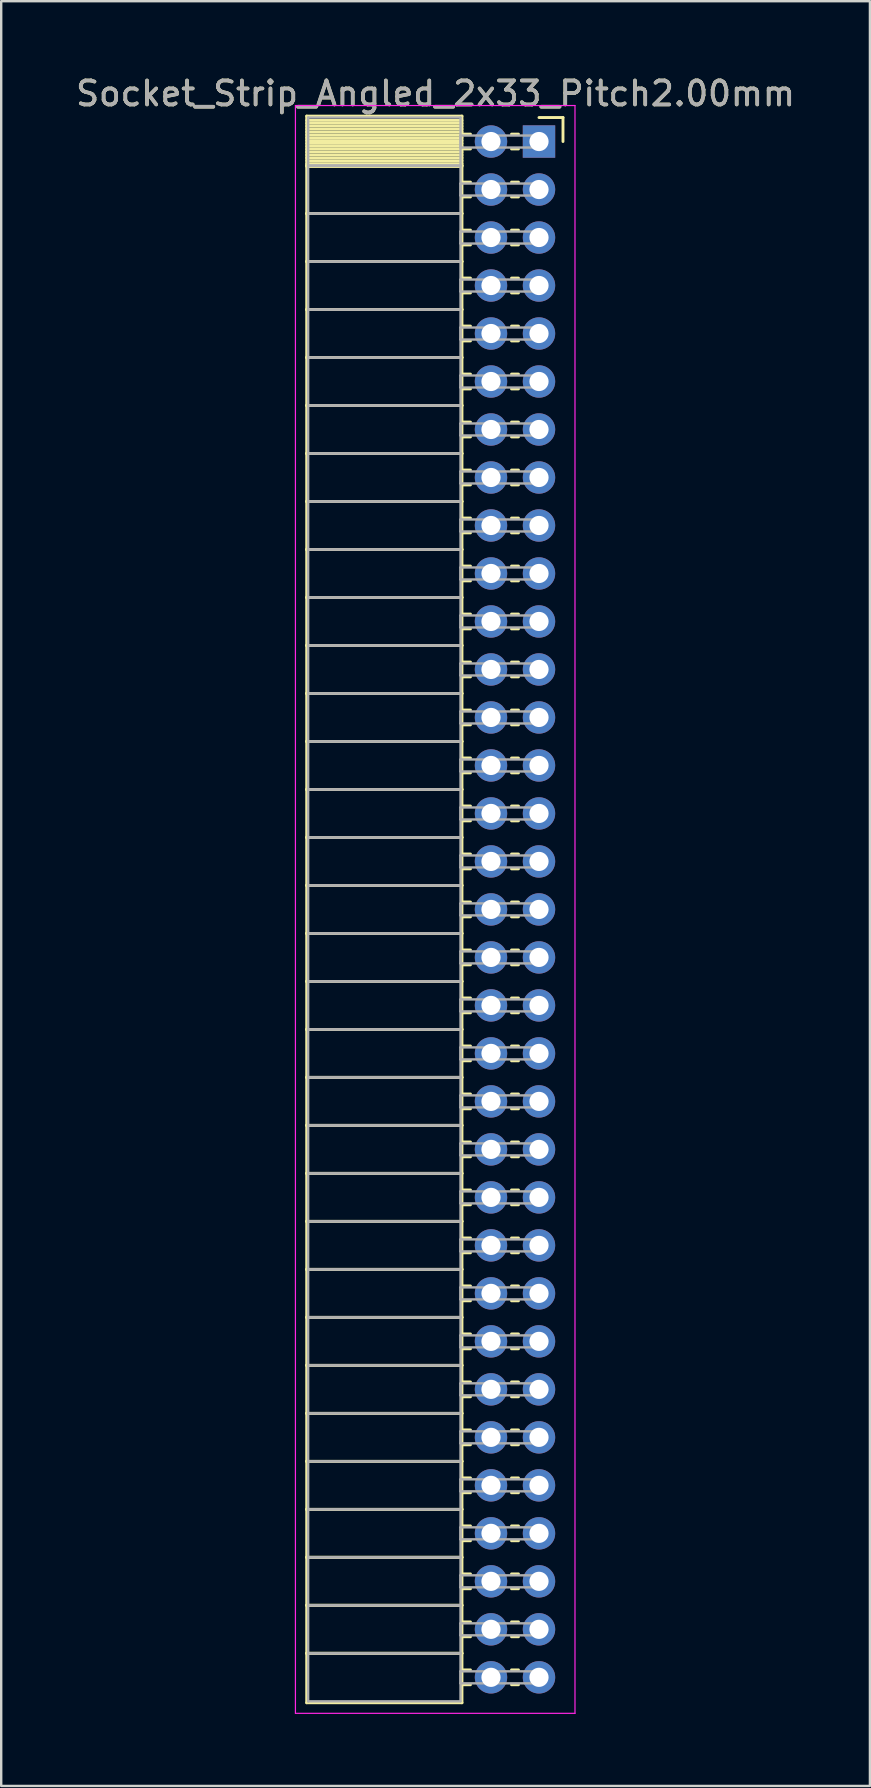
<source format=kicad_pcb>
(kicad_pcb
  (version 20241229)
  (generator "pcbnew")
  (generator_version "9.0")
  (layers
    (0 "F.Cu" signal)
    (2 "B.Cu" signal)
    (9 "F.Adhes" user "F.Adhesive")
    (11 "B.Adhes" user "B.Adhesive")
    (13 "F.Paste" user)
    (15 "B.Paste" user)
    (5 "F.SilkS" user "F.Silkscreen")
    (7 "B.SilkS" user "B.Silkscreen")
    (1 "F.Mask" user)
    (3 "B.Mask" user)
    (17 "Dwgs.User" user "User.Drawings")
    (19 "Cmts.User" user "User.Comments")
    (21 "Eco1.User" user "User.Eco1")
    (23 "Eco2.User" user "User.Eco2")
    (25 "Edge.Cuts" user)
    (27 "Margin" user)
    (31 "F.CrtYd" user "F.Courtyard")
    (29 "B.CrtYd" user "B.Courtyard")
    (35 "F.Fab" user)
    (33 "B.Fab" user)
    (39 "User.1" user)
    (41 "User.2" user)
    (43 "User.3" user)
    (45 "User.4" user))
  (footprint "Socket_Strip_Angled_2x33_Pitch2.00mm"
    (layer "F.Cu")
    (at 19.411 2.848)
    (property "Reference" "Socket_Strip_Angled_2x33_Pitch2.00mm" (at -4.31 -2 0) (layer "F.SilkS") (effects (font (size 1 1) (thickness 0.15))))
    (attr through_hole)
    (fp_line (start -9.68 -1.06) (end -3.21 -1.06) (stroke (width 0.12) (type solid)) (layer "F.SilkS"))
    (fp_line (start -9.68 1) (end -9.68 -1.06) (stroke (width 0.12) (type solid)) (layer "F.SilkS"))
    (fp_line (start -9.68 1) (end -3.21 1) (stroke (width 0.12) (type solid)) (layer "F.SilkS"))
    (fp_line (start -9.68 3) (end -9.68 1) (stroke (width 0.12) (type solid)) (layer "F.SilkS"))
    (fp_line (start -9.68 3) (end -3.21 3) (stroke (width 0.12) (type solid)) (layer "F.SilkS"))
    (fp_line (start -9.68 5) (end -9.68 3) (stroke (width 0.12) (type solid)) (layer "F.SilkS"))
    (fp_line (start -9.68 5) (end -3.21 5) (stroke (width 0.12) (type solid)) (layer "F.SilkS"))
    (fp_line (start -9.68 7) (end -9.68 5) (stroke (width 0.12) (type solid)) (layer "F.SilkS"))
    (fp_line (start -9.68 7) (end -3.21 7) (stroke (width 0.12) (type solid)) (layer "F.SilkS"))
    (fp_line (start -9.68 9) (end -9.68 7) (stroke (width 0.12) (type solid)) (layer "F.SilkS"))
    (fp_line (start -9.68 9) (end -3.21 9) (stroke (width 0.12) (type solid)) (layer "F.SilkS"))
    (fp_line (start -9.68 11) (end -9.68 9) (stroke (width 0.12) (type solid)) (layer "F.SilkS"))
    (fp_line (start -9.68 11) (end -3.21 11) (stroke (width 0.12) (type solid)) (layer "F.SilkS"))
    (fp_line (start -9.68 13) (end -9.68 11) (stroke (width 0.12) (type solid)) (layer "F.SilkS"))
    (fp_line (start -9.68 13) (end -3.21 13) (stroke (width 0.12) (type solid)) (layer "F.SilkS"))
    (fp_line (start -9.68 15) (end -9.68 13) (stroke (width 0.12) (type solid)) (layer "F.SilkS"))
    (fp_line (start -9.68 15) (end -3.21 15) (stroke (width 0.12) (type solid)) (layer "F.SilkS"))
    (fp_line (start -9.68 17) (end -9.68 15) (stroke (width 0.12) (type solid)) (layer "F.SilkS"))
    (fp_line (start -9.68 17) (end -3.21 17) (stroke (width 0.12) (type solid)) (layer "F.SilkS"))
    (fp_line (start -9.68 19) (end -9.68 17) (stroke (width 0.12) (type solid)) (layer "F.SilkS"))
    (fp_line (start -9.68 19) (end -3.21 19) (stroke (width 0.12) (type solid)) (layer "F.SilkS"))
    (fp_line (start -9.68 21) (end -9.68 19) (stroke (width 0.12) (type solid)) (layer "F.SilkS"))
    (fp_line (start -9.68 21) (end -3.21 21) (stroke (width 0.12) (type solid)) (layer "F.SilkS"))
    (fp_line (start -9.68 23) (end -9.68 21) (stroke (width 0.12) (type solid)) (layer "F.SilkS"))
    (fp_line (start -9.68 23) (end -3.21 23) (stroke (width 0.12) (type solid)) (layer "F.SilkS"))
    (fp_line (start -9.68 25) (end -9.68 23) (stroke (width 0.12) (type solid)) (layer "F.SilkS"))
    (fp_line (start -9.68 25) (end -3.21 25) (stroke (width 0.12) (type solid)) (layer "F.SilkS"))
    (fp_line (start -9.68 27) (end -9.68 25) (stroke (width 0.12) (type solid)) (layer "F.SilkS"))
    (fp_line (start -9.68 27) (end -3.21 27) (stroke (width 0.12) (type solid)) (layer "F.SilkS"))
    (fp_line (start -9.68 29) (end -9.68 27) (stroke (width 0.12) (type solid)) (layer "F.SilkS"))
    (fp_line (start -9.68 29) (end -3.21 29) (stroke (width 0.12) (type solid)) (layer "F.SilkS"))
    (fp_line (start -9.68 31) (end -9.68 29) (stroke (width 0.12) (type solid)) (layer "F.SilkS"))
    (fp_line (start -9.68 31) (end -3.21 31) (stroke (width 0.12) (type solid)) (layer "F.SilkS"))
    (fp_line (start -9.68 33) (end -9.68 31) (stroke (width 0.12) (type solid)) (layer "F.SilkS"))
    (fp_line (start -9.68 33) (end -3.21 33) (stroke (width 0.12) (type solid)) (layer "F.SilkS"))
    (fp_line (start -9.68 35) (end -9.68 33) (stroke (width 0.12) (type solid)) (layer "F.SilkS"))
    (fp_line (start -9.68 35) (end -3.21 35) (stroke (width 0.12) (type solid)) (layer "F.SilkS"))
    (fp_line (start -9.68 37) (end -9.68 35) (stroke (width 0.12) (type solid)) (layer "F.SilkS"))
    (fp_line (start -9.68 37) (end -3.21 37) (stroke (width 0.12) (type solid)) (layer "F.SilkS"))
    (fp_line (start -9.68 39) (end -9.68 37) (stroke (width 0.12) (type solid)) (layer "F.SilkS"))
    (fp_line (start -9.68 39) (end -3.21 39) (stroke (width 0.12) (type solid)) (layer "F.SilkS"))
    (fp_line (start -9.68 41) (end -9.68 39) (stroke (width 0.12) (type solid)) (layer "F.SilkS"))
    (fp_line (start -9.68 41) (end -3.21 41) (stroke (width 0.12) (type solid)) (layer "F.SilkS"))
    (fp_line (start -9.68 43) (end -9.68 41) (stroke (width 0.12) (type solid)) (layer "F.SilkS"))
    (fp_line (start -9.68 43) (end -3.21 43) (stroke (width 0.12) (type solid)) (layer "F.SilkS"))
    (fp_line (start -9.68 45) (end -9.68 43) (stroke (width 0.12) (type solid)) (layer "F.SilkS"))
    (fp_line (start -9.68 45) (end -3.21 45) (stroke (width 0.12) (type solid)) (layer "F.SilkS"))
    (fp_line (start -9.68 47) (end -9.68 45) (stroke (width 0.12) (type solid)) (layer "F.SilkS"))
    (fp_line (start -9.68 47) (end -3.21 47) (stroke (width 0.12) (type solid)) (layer "F.SilkS"))
    (fp_line (start -9.68 49) (end -9.68 47) (stroke (width 0.12) (type solid)) (layer "F.SilkS"))
    (fp_line (start -9.68 49) (end -3.21 49) (stroke (width 0.12) (type solid)) (layer "F.SilkS"))
    (fp_line (start -9.68 51) (end -9.68 49) (stroke (width 0.12) (type solid)) (layer "F.SilkS"))
    (fp_line (start -9.68 51) (end -3.21 51) (stroke (width 0.12) (type solid)) (layer "F.SilkS"))
    (fp_line (start -9.68 53) (end -9.68 51) (stroke (width 0.12) (type solid)) (layer "F.SilkS"))
    (fp_line (start -9.68 53) (end -3.21 53) (stroke (width 0.12) (type solid)) (layer "F.SilkS"))
    (fp_line (start -9.68 55) (end -9.68 53) (stroke (width 0.12) (type solid)) (layer "F.SilkS"))
    (fp_line (start -9.68 55) (end -3.21 55) (stroke (width 0.12) (type solid)) (layer "F.SilkS"))
    (fp_line (start -9.68 57) (end -9.68 55) (stroke (width 0.12) (type solid)) (layer "F.SilkS"))
    (fp_line (start -9.68 57) (end -3.21 57) (stroke (width 0.12) (type solid)) (layer "F.SilkS"))
    (fp_line (start -9.68 59) (end -9.68 57) (stroke (width 0.12) (type solid)) (layer "F.SilkS"))
    (fp_line (start -9.68 59) (end -3.21 59) (stroke (width 0.12) (type solid)) (layer "F.SilkS"))
    (fp_line (start -9.68 61) (end -9.68 59) (stroke (width 0.12) (type solid)) (layer "F.SilkS"))
    (fp_line (start -9.68 61) (end -3.21 61) (stroke (width 0.12) (type solid)) (layer "F.SilkS"))
    (fp_line (start -9.68 63) (end -9.68 61) (stroke (width 0.12) (type solid)) (layer "F.SilkS"))
    (fp_line (start -9.68 63) (end -3.21 63) (stroke (width 0.12) (type solid)) (layer "F.SilkS"))
    (fp_line (start -9.68 65.06) (end -9.68 63) (stroke (width 0.12) (type solid)) (layer "F.SilkS"))
    (fp_line (start -3.21 -1.06) (end -3.21 1) (stroke (width 0.12) (type solid)) (layer "F.SilkS"))
    (fp_line (start -3.21 -0.88) (end -9.68 -0.88) (stroke (width 0.12) (type solid)) (layer "F.SilkS"))
    (fp_line (start -3.21 -0.76) (end -9.68 -0.76) (stroke (width 0.12) (type solid)) (layer "F.SilkS"))
    (fp_line (start -3.21 -0.64) (end -9.68 -0.64) (stroke (width 0.12) (type solid)) (layer "F.SilkS"))
    (fp_line (start -3.21 -0.52) (end -9.68 -0.52) (stroke (width 0.12) (type solid)) (layer "F.SilkS"))
    (fp_line (start -3.21 -0.4) (end -9.68 -0.4) (stroke (width 0.12) (type solid)) (layer "F.SilkS"))
    (fp_line (start -3.21 -0.28) (end -9.68 -0.28) (stroke (width 0.12) (type solid)) (layer "F.SilkS"))
    (fp_line (start -3.21 -0.16) (end -9.68 -0.16) (stroke (width 0.12) (type solid)) (layer "F.SilkS"))
    (fp_line (start -3.21 -0.04) (end -9.68 -0.04) (stroke (width 0.12) (type solid)) (layer "F.SilkS"))
    (fp_line (start -3.21 0.08) (end -9.68 0.08) (stroke (width 0.12) (type solid)) (layer "F.SilkS"))
    (fp_line (start -3.21 0.2) (end -9.68 0.2) (stroke (width 0.12) (type solid)) (layer "F.SilkS"))
    (fp_line (start -3.21 0.32) (end -9.68 0.32) (stroke (width 0.12) (type solid)) (layer "F.SilkS"))
    (fp_line (start -3.21 0.44) (end -9.68 0.44) (stroke (width 0.12) (type solid)) (layer "F.SilkS"))
    (fp_line (start -3.21 0.56) (end -9.68 0.56) (stroke (width 0.12) (type solid)) (layer "F.SilkS"))
    (fp_line (start -3.21 0.68) (end -9.68 0.68) (stroke (width 0.12) (type solid)) (layer "F.SilkS"))
    (fp_line (start -3.21 0.8) (end -9.68 0.8) (stroke (width 0.12) (type solid)) (layer "F.SilkS"))
    (fp_line (start -3.21 0.92) (end -9.68 0.92) (stroke (width 0.12) (type solid)) (layer "F.SilkS"))
    (fp_line (start -3.21 1) (end -9.68 1) (stroke (width 0.12) (type solid)) (layer "F.SilkS"))
    (fp_line (start -3.21 1) (end -3.21 3) (stroke (width 0.12) (type solid)) (layer "F.SilkS"))
    (fp_line (start -3.21 1.04) (end -9.68 1.04) (stroke (width 0.12) (type solid)) (layer "F.SilkS"))
    (fp_line (start -3.21 3) (end -9.68 3) (stroke (width 0.12) (type solid)) (layer "F.SilkS"))
    (fp_line (start -3.21 3) (end -3.21 5) (stroke (width 0.12) (type solid)) (layer "F.SilkS"))
    (fp_line (start -3.21 5) (end -9.68 5) (stroke (width 0.12) (type solid)) (layer "F.SilkS"))
    (fp_line (start -3.21 5) (end -3.21 7) (stroke (width 0.12) (type solid)) (layer "F.SilkS"))
    (fp_line (start -3.21 7) (end -9.68 7) (stroke (width 0.12) (type solid)) (layer "F.SilkS"))
    (fp_line (start -3.21 7) (end -3.21 9) (stroke (width 0.12) (type solid)) (layer "F.SilkS"))
    (fp_line (start -3.21 9) (end -9.68 9) (stroke (width 0.12) (type solid)) (layer "F.SilkS"))
    (fp_line (start -3.21 9) (end -3.21 11) (stroke (width 0.12) (type solid)) (layer "F.SilkS"))
    (fp_line (start -3.21 11) (end -9.68 11) (stroke (width 0.12) (type solid)) (layer "F.SilkS"))
    (fp_line (start -3.21 11) (end -3.21 13) (stroke (width 0.12) (type solid)) (layer "F.SilkS"))
    (fp_line (start -3.21 13) (end -9.68 13) (stroke (width 0.12) (type solid)) (layer "F.SilkS"))
    (fp_line (start -3.21 13) (end -3.21 15) (stroke (width 0.12) (type solid)) (layer "F.SilkS"))
    (fp_line (start -3.21 15) (end -9.68 15) (stroke (width 0.12) (type solid)) (layer "F.SilkS"))
    (fp_line (start -3.21 15) (end -3.21 17) (stroke (width 0.12) (type solid)) (layer "F.SilkS"))
    (fp_line (start -3.21 17) (end -9.68 17) (stroke (width 0.12) (type solid)) (layer "F.SilkS"))
    (fp_line (start -3.21 17) (end -3.21 19) (stroke (width 0.12) (type solid)) (layer "F.SilkS"))
    (fp_line (start -3.21 19) (end -9.68 19) (stroke (width 0.12) (type solid)) (layer "F.SilkS"))
    (fp_line (start -3.21 19) (end -3.21 21) (stroke (width 0.12) (type solid)) (layer "F.SilkS"))
    (fp_line (start -3.21 21) (end -9.68 21) (stroke (width 0.12) (type solid)) (layer "F.SilkS"))
    (fp_line (start -3.21 21) (end -3.21 23) (stroke (width 0.12) (type solid)) (layer "F.SilkS"))
    (fp_line (start -3.21 23) (end -9.68 23) (stroke (width 0.12) (type solid)) (layer "F.SilkS"))
    (fp_line (start -3.21 23) (end -3.21 25) (stroke (width 0.12) (type solid)) (layer "F.SilkS"))
    (fp_line (start -3.21 25) (end -9.68 25) (stroke (width 0.12) (type solid)) (layer "F.SilkS"))
    (fp_line (start -3.21 25) (end -3.21 27) (stroke (width 0.12) (type solid)) (layer "F.SilkS"))
    (fp_line (start -3.21 27) (end -9.68 27) (stroke (width 0.12) (type solid)) (layer "F.SilkS"))
    (fp_line (start -3.21 27) (end -3.21 29) (stroke (width 0.12) (type solid)) (layer "F.SilkS"))
    (fp_line (start -3.21 29) (end -9.68 29) (stroke (width 0.12) (type solid)) (layer "F.SilkS"))
    (fp_line (start -3.21 29) (end -3.21 31) (stroke (width 0.12) (type solid)) (layer "F.SilkS"))
    (fp_line (start -3.21 31) (end -9.68 31) (stroke (width 0.12) (type solid)) (layer "F.SilkS"))
    (fp_line (start -3.21 31) (end -3.21 33) (stroke (width 0.12) (type solid)) (layer "F.SilkS"))
    (fp_line (start -3.21 33) (end -9.68 33) (stroke (width 0.12) (type solid)) (layer "F.SilkS"))
    (fp_line (start -3.21 33) (end -3.21 35) (stroke (width 0.12) (type solid)) (layer "F.SilkS"))
    (fp_line (start -3.21 35) (end -9.68 35) (stroke (width 0.12) (type solid)) (layer "F.SilkS"))
    (fp_line (start -3.21 35) (end -3.21 37) (stroke (width 0.12) (type solid)) (layer "F.SilkS"))
    (fp_line (start -3.21 37) (end -9.68 37) (stroke (width 0.12) (type solid)) (layer "F.SilkS"))
    (fp_line (start -3.21 37) (end -3.21 39) (stroke (width 0.12) (type solid)) (layer "F.SilkS"))
    (fp_line (start -3.21 39) (end -9.68 39) (stroke (width 0.12) (type solid)) (layer "F.SilkS"))
    (fp_line (start -3.21 39) (end -3.21 41) (stroke (width 0.12) (type solid)) (layer "F.SilkS"))
    (fp_line (start -3.21 41) (end -9.68 41) (stroke (width 0.12) (type solid)) (layer "F.SilkS"))
    (fp_line (start -3.21 41) (end -3.21 43) (stroke (width 0.12) (type solid)) (layer "F.SilkS"))
    (fp_line (start -3.21 43) (end -9.68 43) (stroke (width 0.12) (type solid)) (layer "F.SilkS"))
    (fp_line (start -3.21 43) (end -3.21 45) (stroke (width 0.12) (type solid)) (layer "F.SilkS"))
    (fp_line (start -3.21 45) (end -9.68 45) (stroke (width 0.12) (type solid)) (layer "F.SilkS"))
    (fp_line (start -3.21 45) (end -3.21 47) (stroke (width 0.12) (type solid)) (layer "F.SilkS"))
    (fp_line (start -3.21 47) (end -9.68 47) (stroke (width 0.12) (type solid)) (layer "F.SilkS"))
    (fp_line (start -3.21 47) (end -3.21 49) (stroke (width 0.12) (type solid)) (layer "F.SilkS"))
    (fp_line (start -3.21 49) (end -9.68 49) (stroke (width 0.12) (type solid)) (layer "F.SilkS"))
    (fp_line (start -3.21 49) (end -3.21 51) (stroke (width 0.12) (type solid)) (layer "F.SilkS"))
    (fp_line (start -3.21 51) (end -9.68 51) (stroke (width 0.12) (type solid)) (layer "F.SilkS"))
    (fp_line (start -3.21 51) (end -3.21 53) (stroke (width 0.12) (type solid)) (layer "F.SilkS"))
    (fp_line (start -3.21 53) (end -9.68 53) (stroke (width 0.12) (type solid)) (layer "F.SilkS"))
    (fp_line (start -3.21 53) (end -3.21 55) (stroke (width 0.12) (type solid)) (layer "F.SilkS"))
    (fp_line (start -3.21 55) (end -9.68 55) (stroke (width 0.12) (type solid)) (layer "F.SilkS"))
    (fp_line (start -3.21 55) (end -3.21 57) (stroke (width 0.12) (type solid)) (layer "F.SilkS"))
    (fp_line (start -3.21 57) (end -9.68 57) (stroke (width 0.12) (type solid)) (layer "F.SilkS"))
    (fp_line (start -3.21 57) (end -3.21 59) (stroke (width 0.12) (type solid)) (layer "F.SilkS"))
    (fp_line (start -3.21 59) (end -9.68 59) (stroke (width 0.12) (type solid)) (layer "F.SilkS"))
    (fp_line (start -3.21 59) (end -3.21 61) (stroke (width 0.12) (type solid)) (layer "F.SilkS"))
    (fp_line (start -3.21 61) (end -9.68 61) (stroke (width 0.12) (type solid)) (layer "F.SilkS"))
    (fp_line (start -3.21 61) (end -3.21 63) (stroke (width 0.12) (type solid)) (layer "F.SilkS"))
    (fp_line (start -3.21 63) (end -9.68 63) (stroke (width 0.12) (type solid)) (layer "F.SilkS"))
    (fp_line (start -3.21 63) (end -3.21 65.06) (stroke (width 0.12) (type solid)) (layer "F.SilkS"))
    (fp_line (start -3.21 65.06) (end -9.68 65.06) (stroke (width 0.12) (type solid)) (layer "F.SilkS"))
    (fp_line (start -2.855 -0.31) (end -3.21 -0.31) (stroke (width 0.12) (type solid)) (layer "F.SilkS"))
    (fp_line (start -2.855 0.31) (end -3.21 0.31) (stroke (width 0.12) (type solid)) (layer "F.SilkS"))
    (fp_line (start -2.855 1.69) (end -3.21 1.69) (stroke (width 0.12) (type solid)) (layer "F.SilkS"))
    (fp_line (start -2.855 2.31) (end -3.21 2.31) (stroke (width 0.12) (type solid)) (layer "F.SilkS"))
    (fp_line (start -2.855 3.69) (end -3.21 3.69) (stroke (width 0.12) (type solid)) (layer "F.SilkS"))
    (fp_line (start -2.855 4.31) (end -3.21 4.31) (stroke (width 0.12) (type solid)) (layer "F.SilkS"))
    (fp_line (start -2.855 5.69) (end -3.21 5.69) (stroke (width 0.12) (type solid)) (layer "F.SilkS"))
    (fp_line (start -2.855 6.31) (end -3.21 6.31) (stroke (width 0.12) (type solid)) (layer "F.SilkS"))
    (fp_line (start -2.855 7.69) (end -3.21 7.69) (stroke (width 0.12) (type solid)) (layer "F.SilkS"))
    (fp_line (start -2.855 8.31) (end -3.21 8.31) (stroke (width 0.12) (type solid)) (layer "F.SilkS"))
    (fp_line (start -2.855 9.69) (end -3.21 9.69) (stroke (width 0.12) (type solid)) (layer "F.SilkS"))
    (fp_line (start -2.855 10.31) (end -3.21 10.31) (stroke (width 0.12) (type solid)) (layer "F.SilkS"))
    (fp_line (start -2.855 11.69) (end -3.21 11.69) (stroke (width 0.12) (type solid)) (layer "F.SilkS"))
    (fp_line (start -2.855 12.31) (end -3.21 12.31) (stroke (width 0.12) (type solid)) (layer "F.SilkS"))
    (fp_line (start -2.855 13.69) (end -3.21 13.69) (stroke (width 0.12) (type solid)) (layer "F.SilkS"))
    (fp_line (start -2.855 14.31) (end -3.21 14.31) (stroke (width 0.12) (type solid)) (layer "F.SilkS"))
    (fp_line (start -2.855 15.69) (end -3.21 15.69) (stroke (width 0.12) (type solid)) (layer "F.SilkS"))
    (fp_line (start -2.855 16.31) (end -3.21 16.31) (stroke (width 0.12) (type solid)) (layer "F.SilkS"))
    (fp_line (start -2.855 17.69) (end -3.21 17.69) (stroke (width 0.12) (type solid)) (layer "F.SilkS"))
    (fp_line (start -2.855 18.31) (end -3.21 18.31) (stroke (width 0.12) (type solid)) (layer "F.SilkS"))
    (fp_line (start -2.855 19.69) (end -3.21 19.69) (stroke (width 0.12) (type solid)) (layer "F.SilkS"))
    (fp_line (start -2.855 20.31) (end -3.21 20.31) (stroke (width 0.12) (type solid)) (layer "F.SilkS"))
    (fp_line (start -2.855 21.69) (end -3.21 21.69) (stroke (width 0.12) (type solid)) (layer "F.SilkS"))
    (fp_line (start -2.855 22.31) (end -3.21 22.31) (stroke (width 0.12) (type solid)) (layer "F.SilkS"))
    (fp_line (start -2.855 23.69) (end -3.21 23.69) (stroke (width 0.12) (type solid)) (layer "F.SilkS"))
    (fp_line (start -2.855 24.31) (end -3.21 24.31) (stroke (width 0.12) (type solid)) (layer "F.SilkS"))
    (fp_line (start -2.855 25.69) (end -3.21 25.69) (stroke (width 0.12) (type solid)) (layer "F.SilkS"))
    (fp_line (start -2.855 26.31) (end -3.21 26.31) (stroke (width 0.12) (type solid)) (layer "F.SilkS"))
    (fp_line (start -2.855 27.69) (end -3.21 27.69) (stroke (width 0.12) (type solid)) (layer "F.SilkS"))
    (fp_line (start -2.855 28.31) (end -3.21 28.31) (stroke (width 0.12) (type solid)) (layer "F.SilkS"))
    (fp_line (start -2.855 29.69) (end -3.21 29.69) (stroke (width 0.12) (type solid)) (layer "F.SilkS"))
    (fp_line (start -2.855 30.31) (end -3.21 30.31) (stroke (width 0.12) (type solid)) (layer "F.SilkS"))
    (fp_line (start -2.855 31.69) (end -3.21 31.69) (stroke (width 0.12) (type solid)) (layer "F.SilkS"))
    (fp_line (start -2.855 32.31) (end -3.21 32.31) (stroke (width 0.12) (type solid)) (layer "F.SilkS"))
    (fp_line (start -2.855 33.69) (end -3.21 33.69) (stroke (width 0.12) (type solid)) (layer "F.SilkS"))
    (fp_line (start -2.855 34.31) (end -3.21 34.31) (stroke (width 0.12) (type solid)) (layer "F.SilkS"))
    (fp_line (start -2.855 35.69) (end -3.21 35.69) (stroke (width 0.12) (type solid)) (layer "F.SilkS"))
    (fp_line (start -2.855 36.31) (end -3.21 36.31) (stroke (width 0.12) (type solid)) (layer "F.SilkS"))
    (fp_line (start -2.855 37.69) (end -3.21 37.69) (stroke (width 0.12) (type solid)) (layer "F.SilkS"))
    (fp_line (start -2.855 38.31) (end -3.21 38.31) (stroke (width 0.12) (type solid)) (layer "F.SilkS"))
    (fp_line (start -2.855 39.69) (end -3.21 39.69) (stroke (width 0.12) (type solid)) (layer "F.SilkS"))
    (fp_line (start -2.855 40.31) (end -3.21 40.31) (stroke (width 0.12) (type solid)) (layer "F.SilkS"))
    (fp_line (start -2.855 41.69) (end -3.21 41.69) (stroke (width 0.12) (type solid)) (layer "F.SilkS"))
    (fp_line (start -2.855 42.31) (end -3.21 42.31) (stroke (width 0.12) (type solid)) (layer "F.SilkS"))
    (fp_line (start -2.855 43.69) (end -3.21 43.69) (stroke (width 0.12) (type solid)) (layer "F.SilkS"))
    (fp_line (start -2.855 44.31) (end -3.21 44.31) (stroke (width 0.12) (type solid)) (layer "F.SilkS"))
    (fp_line (start -2.855 45.69) (end -3.21 45.69) (stroke (width 0.12) (type solid)) (layer "F.SilkS"))
    (fp_line (start -2.855 46.31) (end -3.21 46.31) (stroke (width 0.12) (type solid)) (layer "F.SilkS"))
    (fp_line (start -2.855 47.69) (end -3.21 47.69) (stroke (width 0.12) (type solid)) (layer "F.SilkS"))
    (fp_line (start -2.855 48.31) (end -3.21 48.31) (stroke (width 0.12) (type solid)) (layer "F.SilkS"))
    (fp_line (start -2.855 49.69) (end -3.21 49.69) (stroke (width 0.12) (type solid)) (layer "F.SilkS"))
    (fp_line (start -2.855 50.31) (end -3.21 50.31) (stroke (width 0.12) (type solid)) (layer "F.SilkS"))
    (fp_line (start -2.855 51.69) (end -3.21 51.69) (stroke (width 0.12) (type solid)) (layer "F.SilkS"))
    (fp_line (start -2.855 52.31) (end -3.21 52.31) (stroke (width 0.12) (type solid)) (layer "F.SilkS"))
    (fp_line (start -2.855 53.69) (end -3.21 53.69) (stroke (width 0.12) (type solid)) (layer "F.SilkS"))
    (fp_line (start -2.855 54.31) (end -3.21 54.31) (stroke (width 0.12) (type solid)) (layer "F.SilkS"))
    (fp_line (start -2.855 55.69) (end -3.21 55.69) (stroke (width 0.12) (type solid)) (layer "F.SilkS"))
    (fp_line (start -2.855 56.31) (end -3.21 56.31) (stroke (width 0.12) (type solid)) (layer "F.SilkS"))
    (fp_line (start -2.855 57.69) (end -3.21 57.69) (stroke (width 0.12) (type solid)) (layer "F.SilkS"))
    (fp_line (start -2.855 58.31) (end -3.21 58.31) (stroke (width 0.12) (type solid)) (layer "F.SilkS"))
    (fp_line (start -2.855 59.69) (end -3.21 59.69) (stroke (width 0.12) (type solid)) (layer "F.SilkS"))
    (fp_line (start -2.855 60.31) (end -3.21 60.31) (stroke (width 0.12) (type solid)) (layer "F.SilkS"))
    (fp_line (start -2.855 61.69) (end -3.21 61.69) (stroke (width 0.12) (type solid)) (layer "F.SilkS"))
    (fp_line (start -2.855 62.31) (end -3.21 62.31) (stroke (width 0.12) (type solid)) (layer "F.SilkS"))
    (fp_line (start -2.855 63.69) (end -3.21 63.69) (stroke (width 0.12) (type solid)) (layer "F.SilkS"))
    (fp_line (start -2.855 64.31) (end -3.21 64.31) (stroke (width 0.12) (type solid)) (layer "F.SilkS"))
    (fp_line (start -0.855 -0.31) (end -1.145 -0.31) (stroke (width 0.12) (type solid)) (layer "F.SilkS"))
    (fp_line (start -0.855 0.31) (end -1.145 0.31) (stroke (width 0.12) (type solid)) (layer "F.SilkS"))
    (fp_line (start -0.855 1.69) (end -1.145 1.69) (stroke (width 0.12) (type solid)) (layer "F.SilkS"))
    (fp_line (start -0.855 2.31) (end -1.145 2.31) (stroke (width 0.12) (type solid)) (layer "F.SilkS"))
    (fp_line (start -0.855 3.69) (end -1.145 3.69) (stroke (width 0.12) (type solid)) (layer "F.SilkS"))
    (fp_line (start -0.855 4.31) (end -1.145 4.31) (stroke (width 0.12) (type solid)) (layer "F.SilkS"))
    (fp_line (start -0.855 5.69) (end -1.145 5.69) (stroke (width 0.12) (type solid)) (layer "F.SilkS"))
    (fp_line (start -0.855 6.31) (end -1.145 6.31) (stroke (width 0.12) (type solid)) (layer "F.SilkS"))
    (fp_line (start -0.855 7.69) (end -1.145 7.69) (stroke (width 0.12) (type solid)) (layer "F.SilkS"))
    (fp_line (start -0.855 8.31) (end -1.145 8.31) (stroke (width 0.12) (type solid)) (layer "F.SilkS"))
    (fp_line (start -0.855 9.69) (end -1.145 9.69) (stroke (width 0.12) (type solid)) (layer "F.SilkS"))
    (fp_line (start -0.855 10.31) (end -1.145 10.31) (stroke (width 0.12) (type solid)) (layer "F.SilkS"))
    (fp_line (start -0.855 11.69) (end -1.145 11.69) (stroke (width 0.12) (type solid)) (layer "F.SilkS"))
    (fp_line (start -0.855 12.31) (end -1.145 12.31) (stroke (width 0.12) (type solid)) (layer "F.SilkS"))
    (fp_line (start -0.855 13.69) (end -1.145 13.69) (stroke (width 0.12) (type solid)) (layer "F.SilkS"))
    (fp_line (start -0.855 14.31) (end -1.145 14.31) (stroke (width 0.12) (type solid)) (layer "F.SilkS"))
    (fp_line (start -0.855 15.69) (end -1.145 15.69) (stroke (width 0.12) (type solid)) (layer "F.SilkS"))
    (fp_line (start -0.855 16.31) (end -1.145 16.31) (stroke (width 0.12) (type solid)) (layer "F.SilkS"))
    (fp_line (start -0.855 17.69) (end -1.145 17.69) (stroke (width 0.12) (type solid)) (layer "F.SilkS"))
    (fp_line (start -0.855 18.31) (end -1.145 18.31) (stroke (width 0.12) (type solid)) (layer "F.SilkS"))
    (fp_line (start -0.855 19.69) (end -1.145 19.69) (stroke (width 0.12) (type solid)) (layer "F.SilkS"))
    (fp_line (start -0.855 20.31) (end -1.145 20.31) (stroke (width 0.12) (type solid)) (layer "F.SilkS"))
    (fp_line (start -0.855 21.69) (end -1.145 21.69) (stroke (width 0.12) (type solid)) (layer "F.SilkS"))
    (fp_line (start -0.855 22.31) (end -1.145 22.31) (stroke (width 0.12) (type solid)) (layer "F.SilkS"))
    (fp_line (start -0.855 23.69) (end -1.145 23.69) (stroke (width 0.12) (type solid)) (layer "F.SilkS"))
    (fp_line (start -0.855 24.31) (end -1.145 24.31) (stroke (width 0.12) (type solid)) (layer "F.SilkS"))
    (fp_line (start -0.855 25.69) (end -1.145 25.69) (stroke (width 0.12) (type solid)) (layer "F.SilkS"))
    (fp_line (start -0.855 26.31) (end -1.145 26.31) (stroke (width 0.12) (type solid)) (layer "F.SilkS"))
    (fp_line (start -0.855 27.69) (end -1.145 27.69) (stroke (width 0.12) (type solid)) (layer "F.SilkS"))
    (fp_line (start -0.855 28.31) (end -1.145 28.31) (stroke (width 0.12) (type solid)) (layer "F.SilkS"))
    (fp_line (start -0.855 29.69) (end -1.145 29.69) (stroke (width 0.12) (type solid)) (layer "F.SilkS"))
    (fp_line (start -0.855 30.31) (end -1.145 30.31) (stroke (width 0.12) (type solid)) (layer "F.SilkS"))
    (fp_line (start -0.855 31.69) (end -1.145 31.69) (stroke (width 0.12) (type solid)) (layer "F.SilkS"))
    (fp_line (start -0.855 32.31) (end -1.145 32.31) (stroke (width 0.12) (type solid)) (layer "F.SilkS"))
    (fp_line (start -0.855 33.69) (end -1.145 33.69) (stroke (width 0.12) (type solid)) (layer "F.SilkS"))
    (fp_line (start -0.855 34.31) (end -1.145 34.31) (stroke (width 0.12) (type solid)) (layer "F.SilkS"))
    (fp_line (start -0.855 35.69) (end -1.145 35.69) (stroke (width 0.12) (type solid)) (layer "F.SilkS"))
    (fp_line (start -0.855 36.31) (end -1.145 36.31) (stroke (width 0.12) (type solid)) (layer "F.SilkS"))
    (fp_line (start -0.855 37.69) (end -1.145 37.69) (stroke (width 0.12) (type solid)) (layer "F.SilkS"))
    (fp_line (start -0.855 38.31) (end -1.145 38.31) (stroke (width 0.12) (type solid)) (layer "F.SilkS"))
    (fp_line (start -0.855 39.69) (end -1.145 39.69) (stroke (width 0.12) (type solid)) (layer "F.SilkS"))
    (fp_line (start -0.855 40.31) (end -1.145 40.31) (stroke (width 0.12) (type solid)) (layer "F.SilkS"))
    (fp_line (start -0.855 41.69) (end -1.145 41.69) (stroke (width 0.12) (type solid)) (layer "F.SilkS"))
    (fp_line (start -0.855 42.31) (end -1.145 42.31) (stroke (width 0.12) (type solid)) (layer "F.SilkS"))
    (fp_line (start -0.855 43.69) (end -1.145 43.69) (stroke (width 0.12) (type solid)) (layer "F.SilkS"))
    (fp_line (start -0.855 44.31) (end -1.145 44.31) (stroke (width 0.12) (type solid)) (layer "F.SilkS"))
    (fp_line (start -0.855 45.69) (end -1.145 45.69) (stroke (width 0.12) (type solid)) (layer "F.SilkS"))
    (fp_line (start -0.855 46.31) (end -1.145 46.31) (stroke (width 0.12) (type solid)) (layer "F.SilkS"))
    (fp_line (start -0.855 47.69) (end -1.145 47.69) (stroke (width 0.12) (type solid)) (layer "F.SilkS"))
    (fp_line (start -0.855 48.31) (end -1.145 48.31) (stroke (width 0.12) (type solid)) (layer "F.SilkS"))
    (fp_line (start -0.855 49.69) (end -1.145 49.69) (stroke (width 0.12) (type solid)) (layer "F.SilkS"))
    (fp_line (start -0.855 50.31) (end -1.145 50.31) (stroke (width 0.12) (type solid)) (layer "F.SilkS"))
    (fp_line (start -0.855 51.69) (end -1.145 51.69) (stroke (width 0.12) (type solid)) (layer "F.SilkS"))
    (fp_line (start -0.855 52.31) (end -1.145 52.31) (stroke (width 0.12) (type solid)) (layer "F.SilkS"))
    (fp_line (start -0.855 53.69) (end -1.145 53.69) (stroke (width 0.12) (type solid)) (layer "F.SilkS"))
    (fp_line (start -0.855 54.31) (end -1.145 54.31) (stroke (width 0.12) (type solid)) (layer "F.SilkS"))
    (fp_line (start -0.855 55.69) (end -1.145 55.69) (stroke (width 0.12) (type solid)) (layer "F.SilkS"))
    (fp_line (start -0.855 56.31) (end -1.145 56.31) (stroke (width 0.12) (type solid)) (layer "F.SilkS"))
    (fp_line (start -0.855 57.69) (end -1.145 57.69) (stroke (width 0.12) (type solid)) (layer "F.SilkS"))
    (fp_line (start -0.855 58.31) (end -1.145 58.31) (stroke (width 0.12) (type solid)) (layer "F.SilkS"))
    (fp_line (start -0.855 59.69) (end -1.145 59.69) (stroke (width 0.12) (type solid)) (layer "F.SilkS"))
    (fp_line (start -0.855 60.31) (end -1.145 60.31) (stroke (width 0.12) (type solid)) (layer "F.SilkS"))
    (fp_line (start -0.855 61.69) (end -1.145 61.69) (stroke (width 0.12) (type solid)) (layer "F.SilkS"))
    (fp_line (start -0.855 62.31) (end -1.145 62.31) (stroke (width 0.12) (type solid)) (layer "F.SilkS"))
    (fp_line (start -0.855 63.69) (end -1.145 63.69) (stroke (width 0.12) (type solid)) (layer "F.SilkS"))
    (fp_line (start -0.855 64.31) (end -1.145 64.31) (stroke (width 0.12) (type solid)) (layer "F.SilkS"))
    (fp_line (start 0 -1) (end 1 -1) (stroke (width 0.12) (type solid)) (layer "F.SilkS"))
    (fp_line (start 1 -1) (end 1 0) (stroke (width 0.12) (type solid)) (layer "F.SilkS"))
    (fp_line (start -10.15 -1.5) (end 1.5 -1.5) (stroke (width 0.05) (type solid)) (layer "F.CrtYd"))
    (fp_line (start -10.15 65.5) (end -10.15 -1.5) (stroke (width 0.05) (type solid)) (layer "F.CrtYd"))
    (fp_line (start 1.5 -1.5) (end 1.5 65.5) (stroke (width 0.05) (type solid)) (layer "F.CrtYd"))
    (fp_line (start 1.5 65.5) (end -10.15 65.5) (stroke (width 0.05) (type solid)) (layer "F.CrtYd"))
    (fp_line (start -9.62 -1) (end -3.27 -1) (stroke (width 0.1) (type solid)) (layer "F.Fab"))
    (fp_line (start -9.62 1) (end -9.62 -1) (stroke (width 0.1) (type solid)) (layer "F.Fab"))
    (fp_line (start -9.62 1) (end -3.27 1) (stroke (width 0.1) (type solid)) (layer "F.Fab"))
    (fp_line (start -9.62 3) (end -9.62 1) (stroke (width 0.1) (type solid)) (layer "F.Fab"))
    (fp_line (start -9.62 3) (end -3.27 3) (stroke (width 0.1) (type solid)) (layer "F.Fab"))
    (fp_line (start -9.62 5) (end -9.62 3) (stroke (width 0.1) (type solid)) (layer "F.Fab"))
    (fp_line (start -9.62 5) (end -3.27 5) (stroke (width 0.1) (type solid)) (layer "F.Fab"))
    (fp_line (start -9.62 7) (end -9.62 5) (stroke (width 0.1) (type solid)) (layer "F.Fab"))
    (fp_line (start -9.62 7) (end -3.27 7) (stroke (width 0.1) (type solid)) (layer "F.Fab"))
    (fp_line (start -9.62 9) (end -9.62 7) (stroke (width 0.1) (type solid)) (layer "F.Fab"))
    (fp_line (start -9.62 9) (end -3.27 9) (stroke (width 0.1) (type solid)) (layer "F.Fab"))
    (fp_line (start -9.62 11) (end -9.62 9) (stroke (width 0.1) (type solid)) (layer "F.Fab"))
    (fp_line (start -9.62 11) (end -3.27 11) (stroke (width 0.1) (type solid)) (layer "F.Fab"))
    (fp_line (start -9.62 13) (end -9.62 11) (stroke (width 0.1) (type solid)) (layer "F.Fab"))
    (fp_line (start -9.62 13) (end -3.27 13) (stroke (width 0.1) (type solid)) (layer "F.Fab"))
    (fp_line (start -9.62 15) (end -9.62 13) (stroke (width 0.1) (type solid)) (layer "F.Fab"))
    (fp_line (start -9.62 15) (end -3.27 15) (stroke (width 0.1) (type solid)) (layer "F.Fab"))
    (fp_line (start -9.62 17) (end -9.62 15) (stroke (width 0.1) (type solid)) (layer "F.Fab"))
    (fp_line (start -9.62 17) (end -3.27 17) (stroke (width 0.1) (type solid)) (layer "F.Fab"))
    (fp_line (start -9.62 19) (end -9.62 17) (stroke (width 0.1) (type solid)) (layer "F.Fab"))
    (fp_line (start -9.62 19) (end -3.27 19) (stroke (width 0.1) (type solid)) (layer "F.Fab"))
    (fp_line (start -9.62 21) (end -9.62 19) (stroke (width 0.1) (type solid)) (layer "F.Fab"))
    (fp_line (start -9.62 21) (end -3.27 21) (stroke (width 0.1) (type solid)) (layer "F.Fab"))
    (fp_line (start -9.62 23) (end -9.62 21) (stroke (width 0.1) (type solid)) (layer "F.Fab"))
    (fp_line (start -9.62 23) (end -3.27 23) (stroke (width 0.1) (type solid)) (layer "F.Fab"))
    (fp_line (start -9.62 25) (end -9.62 23) (stroke (width 0.1) (type solid)) (layer "F.Fab"))
    (fp_line (start -9.62 25) (end -3.27 25) (stroke (width 0.1) (type solid)) (layer "F.Fab"))
    (fp_line (start -9.62 27) (end -9.62 25) (stroke (width 0.1) (type solid)) (layer "F.Fab"))
    (fp_line (start -9.62 27) (end -3.27 27) (stroke (width 0.1) (type solid)) (layer "F.Fab"))
    (fp_line (start -9.62 29) (end -9.62 27) (stroke (width 0.1) (type solid)) (layer "F.Fab"))
    (fp_line (start -9.62 29) (end -3.27 29) (stroke (width 0.1) (type solid)) (layer "F.Fab"))
    (fp_line (start -9.62 31) (end -9.62 29) (stroke (width 0.1) (type solid)) (layer "F.Fab"))
    (fp_line (start -9.62 31) (end -3.27 31) (stroke (width 0.1) (type solid)) (layer "F.Fab"))
    (fp_line (start -9.62 33) (end -9.62 31) (stroke (width 0.1) (type solid)) (layer "F.Fab"))
    (fp_line (start -9.62 33) (end -3.27 33) (stroke (width 0.1) (type solid)) (layer "F.Fab"))
    (fp_line (start -9.62 35) (end -9.62 33) (stroke (width 0.1) (type solid)) (layer "F.Fab"))
    (fp_line (start -9.62 35) (end -3.27 35) (stroke (width 0.1) (type solid)) (layer "F.Fab"))
    (fp_line (start -9.62 37) (end -9.62 35) (stroke (width 0.1) (type solid)) (layer "F.Fab"))
    (fp_line (start -9.62 37) (end -3.27 37) (stroke (width 0.1) (type solid)) (layer "F.Fab"))
    (fp_line (start -9.62 39) (end -9.62 37) (stroke (width 0.1) (type solid)) (layer "F.Fab"))
    (fp_line (start -9.62 39) (end -3.27 39) (stroke (width 0.1) (type solid)) (layer "F.Fab"))
    (fp_line (start -9.62 41) (end -9.62 39) (stroke (width 0.1) (type solid)) (layer "F.Fab"))
    (fp_line (start -9.62 41) (end -3.27 41) (stroke (width 0.1) (type solid)) (layer "F.Fab"))
    (fp_line (start -9.62 43) (end -9.62 41) (stroke (width 0.1) (type solid)) (layer "F.Fab"))
    (fp_line (start -9.62 43) (end -3.27 43) (stroke (width 0.1) (type solid)) (layer "F.Fab"))
    (fp_line (start -9.62 45) (end -9.62 43) (stroke (width 0.1) (type solid)) (layer "F.Fab"))
    (fp_line (start -9.62 45) (end -3.27 45) (stroke (width 0.1) (type solid)) (layer "F.Fab"))
    (fp_line (start -9.62 47) (end -9.62 45) (stroke (width 0.1) (type solid)) (layer "F.Fab"))
    (fp_line (start -9.62 47) (end -3.27 47) (stroke (width 0.1) (type solid)) (layer "F.Fab"))
    (fp_line (start -9.62 49) (end -9.62 47) (stroke (width 0.1) (type solid)) (layer "F.Fab"))
    (fp_line (start -9.62 49) (end -3.27 49) (stroke (width 0.1) (type solid)) (layer "F.Fab"))
    (fp_line (start -9.62 51) (end -9.62 49) (stroke (width 0.1) (type solid)) (layer "F.Fab"))
    (fp_line (start -9.62 51) (end -3.27 51) (stroke (width 0.1) (type solid)) (layer "F.Fab"))
    (fp_line (start -9.62 53) (end -9.62 51) (stroke (width 0.1) (type solid)) (layer "F.Fab"))
    (fp_line (start -9.62 53) (end -3.27 53) (stroke (width 0.1) (type solid)) (layer "F.Fab"))
    (fp_line (start -9.62 55) (end -9.62 53) (stroke (width 0.1) (type solid)) (layer "F.Fab"))
    (fp_line (start -9.62 55) (end -3.27 55) (stroke (width 0.1) (type solid)) (layer "F.Fab"))
    (fp_line (start -9.62 57) (end -9.62 55) (stroke (width 0.1) (type solid)) (layer "F.Fab"))
    (fp_line (start -9.62 57) (end -3.27 57) (stroke (width 0.1) (type solid)) (layer "F.Fab"))
    (fp_line (start -9.62 59) (end -9.62 57) (stroke (width 0.1) (type solid)) (layer "F.Fab"))
    (fp_line (start -9.62 59) (end -3.27 59) (stroke (width 0.1) (type solid)) (layer "F.Fab"))
    (fp_line (start -9.62 61) (end -9.62 59) (stroke (width 0.1) (type solid)) (layer "F.Fab"))
    (fp_line (start -9.62 61) (end -3.27 61) (stroke (width 0.1) (type solid)) (layer "F.Fab"))
    (fp_line (start -9.62 63) (end -9.62 61) (stroke (width 0.1) (type solid)) (layer "F.Fab"))
    (fp_line (start -9.62 63) (end -3.27 63) (stroke (width 0.1) (type solid)) (layer "F.Fab"))
    (fp_line (start -9.62 65) (end -9.62 63) (stroke (width 0.1) (type solid)) (layer "F.Fab"))
    (fp_line (start -3.27 -1) (end -3.27 1) (stroke (width 0.1) (type solid)) (layer "F.Fab"))
    (fp_line (start -3.27 -0.25) (end 0 -0.25) (stroke (width 0.1) (type solid)) (layer "F.Fab"))
    (fp_line (start -3.27 0.25) (end -3.27 -0.25) (stroke (width 0.1) (type solid)) (layer "F.Fab"))
    (fp_line (start -3.27 1) (end -9.62 1) (stroke (width 0.1) (type solid)) (layer "F.Fab"))
    (fp_line (start -3.27 1) (end -3.27 3) (stroke (width 0.1) (type solid)) (layer "F.Fab"))
    (fp_line (start -3.27 1.75) (end 0 1.75) (stroke (width 0.1) (type solid)) (layer "F.Fab"))
    (fp_line (start -3.27 2.25) (end -3.27 1.75) (stroke (width 0.1) (type solid)) (layer "F.Fab"))
    (fp_line (start -3.27 3) (end -9.62 3) (stroke (width 0.1) (type solid)) (layer "F.Fab"))
    (fp_line (start -3.27 3) (end -3.27 5) (stroke (width 0.1) (type solid)) (layer "F.Fab"))
    (fp_line (start -3.27 3.75) (end 0 3.75) (stroke (width 0.1) (type solid)) (layer "F.Fab"))
    (fp_line (start -3.27 4.25) (end -3.27 3.75) (stroke (width 0.1) (type solid)) (layer "F.Fab"))
    (fp_line (start -3.27 5) (end -9.62 5) (stroke (width 0.1) (type solid)) (layer "F.Fab"))
    (fp_line (start -3.27 5) (end -3.27 7) (stroke (width 0.1) (type solid)) (layer "F.Fab"))
    (fp_line (start -3.27 5.75) (end 0 5.75) (stroke (width 0.1) (type solid)) (layer "F.Fab"))
    (fp_line (start -3.27 6.25) (end -3.27 5.75) (stroke (width 0.1) (type solid)) (layer "F.Fab"))
    (fp_line (start -3.27 7) (end -9.62 7) (stroke (width 0.1) (type solid)) (layer "F.Fab"))
    (fp_line (start -3.27 7) (end -3.27 9) (stroke (width 0.1) (type solid)) (layer "F.Fab"))
    (fp_line (start -3.27 7.75) (end 0 7.75) (stroke (width 0.1) (type solid)) (layer "F.Fab"))
    (fp_line (start -3.27 8.25) (end -3.27 7.75) (stroke (width 0.1) (type solid)) (layer "F.Fab"))
    (fp_line (start -3.27 9) (end -9.62 9) (stroke (width 0.1) (type solid)) (layer "F.Fab"))
    (fp_line (start -3.27 9) (end -3.27 11) (stroke (width 0.1) (type solid)) (layer "F.Fab"))
    (fp_line (start -3.27 9.75) (end 0 9.75) (stroke (width 0.1) (type solid)) (layer "F.Fab"))
    (fp_line (start -3.27 10.25) (end -3.27 9.75) (stroke (width 0.1) (type solid)) (layer "F.Fab"))
    (fp_line (start -3.27 11) (end -9.62 11) (stroke (width 0.1) (type solid)) (layer "F.Fab"))
    (fp_line (start -3.27 11) (end -3.27 13) (stroke (width 0.1) (type solid)) (layer "F.Fab"))
    (fp_line (start -3.27 11.75) (end 0 11.75) (stroke (width 0.1) (type solid)) (layer "F.Fab"))
    (fp_line (start -3.27 12.25) (end -3.27 11.75) (stroke (width 0.1) (type solid)) (layer "F.Fab"))
    (fp_line (start -3.27 13) (end -9.62 13) (stroke (width 0.1) (type solid)) (layer "F.Fab"))
    (fp_line (start -3.27 13) (end -3.27 15) (stroke (width 0.1) (type solid)) (layer "F.Fab"))
    (fp_line (start -3.27 13.75) (end 0 13.75) (stroke (width 0.1) (type solid)) (layer "F.Fab"))
    (fp_line (start -3.27 14.25) (end -3.27 13.75) (stroke (width 0.1) (type solid)) (layer "F.Fab"))
    (fp_line (start -3.27 15) (end -9.62 15) (stroke (width 0.1) (type solid)) (layer "F.Fab"))
    (fp_line (start -3.27 15) (end -3.27 17) (stroke (width 0.1) (type solid)) (layer "F.Fab"))
    (fp_line (start -3.27 15.75) (end 0 15.75) (stroke (width 0.1) (type solid)) (layer "F.Fab"))
    (fp_line (start -3.27 16.25) (end -3.27 15.75) (stroke (width 0.1) (type solid)) (layer "F.Fab"))
    (fp_line (start -3.27 17) (end -9.62 17) (stroke (width 0.1) (type solid)) (layer "F.Fab"))
    (fp_line (start -3.27 17) (end -3.27 19) (stroke (width 0.1) (type solid)) (layer "F.Fab"))
    (fp_line (start -3.27 17.75) (end 0 17.75) (stroke (width 0.1) (type solid)) (layer "F.Fab"))
    (fp_line (start -3.27 18.25) (end -3.27 17.75) (stroke (width 0.1) (type solid)) (layer "F.Fab"))
    (fp_line (start -3.27 19) (end -9.62 19) (stroke (width 0.1) (type solid)) (layer "F.Fab"))
    (fp_line (start -3.27 19) (end -3.27 21) (stroke (width 0.1) (type solid)) (layer "F.Fab"))
    (fp_line (start -3.27 19.75) (end 0 19.75) (stroke (width 0.1) (type solid)) (layer "F.Fab"))
    (fp_line (start -3.27 20.25) (end -3.27 19.75) (stroke (width 0.1) (type solid)) (layer "F.Fab"))
    (fp_line (start -3.27 21) (end -9.62 21) (stroke (width 0.1) (type solid)) (layer "F.Fab"))
    (fp_line (start -3.27 21) (end -3.27 23) (stroke (width 0.1) (type solid)) (layer "F.Fab"))
    (fp_line (start -3.27 21.75) (end 0 21.75) (stroke (width 0.1) (type solid)) (layer "F.Fab"))
    (fp_line (start -3.27 22.25) (end -3.27 21.75) (stroke (width 0.1) (type solid)) (layer "F.Fab"))
    (fp_line (start -3.27 23) (end -9.62 23) (stroke (width 0.1) (type solid)) (layer "F.Fab"))
    (fp_line (start -3.27 23) (end -3.27 25) (stroke (width 0.1) (type solid)) (layer "F.Fab"))
    (fp_line (start -3.27 23.75) (end 0 23.75) (stroke (width 0.1) (type solid)) (layer "F.Fab"))
    (fp_line (start -3.27 24.25) (end -3.27 23.75) (stroke (width 0.1) (type solid)) (layer "F.Fab"))
    (fp_line (start -3.27 25) (end -9.62 25) (stroke (width 0.1) (type solid)) (layer "F.Fab"))
    (fp_line (start -3.27 25) (end -3.27 27) (stroke (width 0.1) (type solid)) (layer "F.Fab"))
    (fp_line (start -3.27 25.75) (end 0 25.75) (stroke (width 0.1) (type solid)) (layer "F.Fab"))
    (fp_line (start -3.27 26.25) (end -3.27 25.75) (stroke (width 0.1) (type solid)) (layer "F.Fab"))
    (fp_line (start -3.27 27) (end -9.62 27) (stroke (width 0.1) (type solid)) (layer "F.Fab"))
    (fp_line (start -3.27 27) (end -3.27 29) (stroke (width 0.1) (type solid)) (layer "F.Fab"))
    (fp_line (start -3.27 27.75) (end 0 27.75) (stroke (width 0.1) (type solid)) (layer "F.Fab"))
    (fp_line (start -3.27 28.25) (end -3.27 27.75) (stroke (width 0.1) (type solid)) (layer "F.Fab"))
    (fp_line (start -3.27 29) (end -9.62 29) (stroke (width 0.1) (type solid)) (layer "F.Fab"))
    (fp_line (start -3.27 29) (end -3.27 31) (stroke (width 0.1) (type solid)) (layer "F.Fab"))
    (fp_line (start -3.27 29.75) (end 0 29.75) (stroke (width 0.1) (type solid)) (layer "F.Fab"))
    (fp_line (start -3.27 30.25) (end -3.27 29.75) (stroke (width 0.1) (type solid)) (layer "F.Fab"))
    (fp_line (start -3.27 31) (end -9.62 31) (stroke (width 0.1) (type solid)) (layer "F.Fab"))
    (fp_line (start -3.27 31) (end -3.27 33) (stroke (width 0.1) (type solid)) (layer "F.Fab"))
    (fp_line (start -3.27 31.75) (end 0 31.75) (stroke (width 0.1) (type solid)) (layer "F.Fab"))
    (fp_line (start -3.27 32.25) (end -3.27 31.75) (stroke (width 0.1) (type solid)) (layer "F.Fab"))
    (fp_line (start -3.27 33) (end -9.62 33) (stroke (width 0.1) (type solid)) (layer "F.Fab"))
    (fp_line (start -3.27 33) (end -3.27 35) (stroke (width 0.1) (type solid)) (layer "F.Fab"))
    (fp_line (start -3.27 33.75) (end 0 33.75) (stroke (width 0.1) (type solid)) (layer "F.Fab"))
    (fp_line (start -3.27 34.25) (end -3.27 33.75) (stroke (width 0.1) (type solid)) (layer "F.Fab"))
    (fp_line (start -3.27 35) (end -9.62 35) (stroke (width 0.1) (type solid)) (layer "F.Fab"))
    (fp_line (start -3.27 35) (end -3.27 37) (stroke (width 0.1) (type solid)) (layer "F.Fab"))
    (fp_line (start -3.27 35.75) (end 0 35.75) (stroke (width 0.1) (type solid)) (layer "F.Fab"))
    (fp_line (start -3.27 36.25) (end -3.27 35.75) (stroke (width 0.1) (type solid)) (layer "F.Fab"))
    (fp_line (start -3.27 37) (end -9.62 37) (stroke (width 0.1) (type solid)) (layer "F.Fab"))
    (fp_line (start -3.27 37) (end -3.27 39) (stroke (width 0.1) (type solid)) (layer "F.Fab"))
    (fp_line (start -3.27 37.75) (end 0 37.75) (stroke (width 0.1) (type solid)) (layer "F.Fab"))
    (fp_line (start -3.27 38.25) (end -3.27 37.75) (stroke (width 0.1) (type solid)) (layer "F.Fab"))
    (fp_line (start -3.27 39) (end -9.62 39) (stroke (width 0.1) (type solid)) (layer "F.Fab"))
    (fp_line (start -3.27 39) (end -3.27 41) (stroke (width 0.1) (type solid)) (layer "F.Fab"))
    (fp_line (start -3.27 39.75) (end 0 39.75) (stroke (width 0.1) (type solid)) (layer "F.Fab"))
    (fp_line (start -3.27 40.25) (end -3.27 39.75) (stroke (width 0.1) (type solid)) (layer "F.Fab"))
    (fp_line (start -3.27 41) (end -9.62 41) (stroke (width 0.1) (type solid)) (layer "F.Fab"))
    (fp_line (start -3.27 41) (end -3.27 43) (stroke (width 0.1) (type solid)) (layer "F.Fab"))
    (fp_line (start -3.27 41.75) (end 0 41.75) (stroke (width 0.1) (type solid)) (layer "F.Fab"))
    (fp_line (start -3.27 42.25) (end -3.27 41.75) (stroke (width 0.1) (type solid)) (layer "F.Fab"))
    (fp_line (start -3.27 43) (end -9.62 43) (stroke (width 0.1) (type solid)) (layer "F.Fab"))
    (fp_line (start -3.27 43) (end -3.27 45) (stroke (width 0.1) (type solid)) (layer "F.Fab"))
    (fp_line (start -3.27 43.75) (end 0 43.75) (stroke (width 0.1) (type solid)) (layer "F.Fab"))
    (fp_line (start -3.27 44.25) (end -3.27 43.75) (stroke (width 0.1) (type solid)) (layer "F.Fab"))
    (fp_line (start -3.27 45) (end -9.62 45) (stroke (width 0.1) (type solid)) (layer "F.Fab"))
    (fp_line (start -3.27 45) (end -3.27 47) (stroke (width 0.1) (type solid)) (layer "F.Fab"))
    (fp_line (start -3.27 45.75) (end 0 45.75) (stroke (width 0.1) (type solid)) (layer "F.Fab"))
    (fp_line (start -3.27 46.25) (end -3.27 45.75) (stroke (width 0.1) (type solid)) (layer "F.Fab"))
    (fp_line (start -3.27 47) (end -9.62 47) (stroke (width 0.1) (type solid)) (layer "F.Fab"))
    (fp_line (start -3.27 47) (end -3.27 49) (stroke (width 0.1) (type solid)) (layer "F.Fab"))
    (fp_line (start -3.27 47.75) (end 0 47.75) (stroke (width 0.1) (type solid)) (layer "F.Fab"))
    (fp_line (start -3.27 48.25) (end -3.27 47.75) (stroke (width 0.1) (type solid)) (layer "F.Fab"))
    (fp_line (start -3.27 49) (end -9.62 49) (stroke (width 0.1) (type solid)) (layer "F.Fab"))
    (fp_line (start -3.27 49) (end -3.27 51) (stroke (width 0.1) (type solid)) (layer "F.Fab"))
    (fp_line (start -3.27 49.75) (end 0 49.75) (stroke (width 0.1) (type solid)) (layer "F.Fab"))
    (fp_line (start -3.27 50.25) (end -3.27 49.75) (stroke (width 0.1) (type solid)) (layer "F.Fab"))
    (fp_line (start -3.27 51) (end -9.62 51) (stroke (width 0.1) (type solid)) (layer "F.Fab"))
    (fp_line (start -3.27 51) (end -3.27 53) (stroke (width 0.1) (type solid)) (layer "F.Fab"))
    (fp_line (start -3.27 51.75) (end 0 51.75) (stroke (width 0.1) (type solid)) (layer "F.Fab"))
    (fp_line (start -3.27 52.25) (end -3.27 51.75) (stroke (width 0.1) (type solid)) (layer "F.Fab"))
    (fp_line (start -3.27 53) (end -9.62 53) (stroke (width 0.1) (type solid)) (layer "F.Fab"))
    (fp_line (start -3.27 53) (end -3.27 55) (stroke (width 0.1) (type solid)) (layer "F.Fab"))
    (fp_line (start -3.27 53.75) (end 0 53.75) (stroke (width 0.1) (type solid)) (layer "F.Fab"))
    (fp_line (start -3.27 54.25) (end -3.27 53.75) (stroke (width 0.1) (type solid)) (layer "F.Fab"))
    (fp_line (start -3.27 55) (end -9.62 55) (stroke (width 0.1) (type solid)) (layer "F.Fab"))
    (fp_line (start -3.27 55) (end -3.27 57) (stroke (width 0.1) (type solid)) (layer "F.Fab"))
    (fp_line (start -3.27 55.75) (end 0 55.75) (stroke (width 0.1) (type solid)) (layer "F.Fab"))
    (fp_line (start -3.27 56.25) (end -3.27 55.75) (stroke (width 0.1) (type solid)) (layer "F.Fab"))
    (fp_line (start -3.27 57) (end -9.62 57) (stroke (width 0.1) (type solid)) (layer "F.Fab"))
    (fp_line (start -3.27 57) (end -3.27 59) (stroke (width 0.1) (type solid)) (layer "F.Fab"))
    (fp_line (start -3.27 57.75) (end 0 57.75) (stroke (width 0.1) (type solid)) (layer "F.Fab"))
    (fp_line (start -3.27 58.25) (end -3.27 57.75) (stroke (width 0.1) (type solid)) (layer "F.Fab"))
    (fp_line (start -3.27 59) (end -9.62 59) (stroke (width 0.1) (type solid)) (layer "F.Fab"))
    (fp_line (start -3.27 59) (end -3.27 61) (stroke (width 0.1) (type solid)) (layer "F.Fab"))
    (fp_line (start -3.27 59.75) (end 0 59.75) (stroke (width 0.1) (type solid)) (layer "F.Fab"))
    (fp_line (start -3.27 60.25) (end -3.27 59.75) (stroke (width 0.1) (type solid)) (layer "F.Fab"))
    (fp_line (start -3.27 61) (end -9.62 61) (stroke (width 0.1) (type solid)) (layer "F.Fab"))
    (fp_line (start -3.27 61) (end -3.27 63) (stroke (width 0.1) (type solid)) (layer "F.Fab"))
    (fp_line (start -3.27 61.75) (end 0 61.75) (stroke (width 0.1) (type solid)) (layer "F.Fab"))
    (fp_line (start -3.27 62.25) (end -3.27 61.75) (stroke (width 0.1) (type solid)) (layer "F.Fab"))
    (fp_line (start -3.27 63) (end -9.62 63) (stroke (width 0.1) (type solid)) (layer "F.Fab"))
    (fp_line (start -3.27 63) (end -3.27 65) (stroke (width 0.1) (type solid)) (layer "F.Fab"))
    (fp_line (start -3.27 63.75) (end 0 63.75) (stroke (width 0.1) (type solid)) (layer "F.Fab"))
    (fp_line (start -3.27 64.25) (end -3.27 63.75) (stroke (width 0.1) (type solid)) (layer "F.Fab"))
    (fp_line (start -3.27 65) (end -9.62 65) (stroke (width 0.1) (type solid)) (layer "F.Fab"))
    (fp_line (start 0 -0.25) (end 0 0.25) (stroke (width 0.1) (type solid)) (layer "F.Fab"))
    (fp_line (start 0 0.25) (end -3.27 0.25) (stroke (width 0.1) (type solid)) (layer "F.Fab"))
    (fp_line (start 0 1.75) (end 0 2.25) (stroke (width 0.1) (type solid)) (layer "F.Fab"))
    (fp_line (start 0 2.25) (end -3.27 2.25) (stroke (width 0.1) (type solid)) (layer "F.Fab"))
    (fp_line (start 0 3.75) (end 0 4.25) (stroke (width 0.1) (type solid)) (layer "F.Fab"))
    (fp_line (start 0 4.25) (end -3.27 4.25) (stroke (width 0.1) (type solid)) (layer "F.Fab"))
    (fp_line (start 0 5.75) (end 0 6.25) (stroke (width 0.1) (type solid)) (layer "F.Fab"))
    (fp_line (start 0 6.25) (end -3.27 6.25) (stroke (width 0.1) (type solid)) (layer "F.Fab"))
    (fp_line (start 0 7.75) (end 0 8.25) (stroke (width 0.1) (type solid)) (layer "F.Fab"))
    (fp_line (start 0 8.25) (end -3.27 8.25) (stroke (width 0.1) (type solid)) (layer "F.Fab"))
    (fp_line (start 0 9.75) (end 0 10.25) (stroke (width 0.1) (type solid)) (layer "F.Fab"))
    (fp_line (start 0 10.25) (end -3.27 10.25) (stroke (width 0.1) (type solid)) (layer "F.Fab"))
    (fp_line (start 0 11.75) (end 0 12.25) (stroke (width 0.1) (type solid)) (layer "F.Fab"))
    (fp_line (start 0 12.25) (end -3.27 12.25) (stroke (width 0.1) (type solid)) (layer "F.Fab"))
    (fp_line (start 0 13.75) (end 0 14.25) (stroke (width 0.1) (type solid)) (layer "F.Fab"))
    (fp_line (start 0 14.25) (end -3.27 14.25) (stroke (width 0.1) (type solid)) (layer "F.Fab"))
    (fp_line (start 0 15.75) (end 0 16.25) (stroke (width 0.1) (type solid)) (layer "F.Fab"))
    (fp_line (start 0 16.25) (end -3.27 16.25) (stroke (width 0.1) (type solid)) (layer "F.Fab"))
    (fp_line (start 0 17.75) (end 0 18.25) (stroke (width 0.1) (type solid)) (layer "F.Fab"))
    (fp_line (start 0 18.25) (end -3.27 18.25) (stroke (width 0.1) (type solid)) (layer "F.Fab"))
    (fp_line (start 0 19.75) (end 0 20.25) (stroke (width 0.1) (type solid)) (layer "F.Fab"))
    (fp_line (start 0 20.25) (end -3.27 20.25) (stroke (width 0.1) (type solid)) (layer "F.Fab"))
    (fp_line (start 0 21.75) (end 0 22.25) (stroke (width 0.1) (type solid)) (layer "F.Fab"))
    (fp_line (start 0 22.25) (end -3.27 22.25) (stroke (width 0.1) (type solid)) (layer "F.Fab"))
    (fp_line (start 0 23.75) (end 0 24.25) (stroke (width 0.1) (type solid)) (layer "F.Fab"))
    (fp_line (start 0 24.25) (end -3.27 24.25) (stroke (width 0.1) (type solid)) (layer "F.Fab"))
    (fp_line (start 0 25.75) (end 0 26.25) (stroke (width 0.1) (type solid)) (layer "F.Fab"))
    (fp_line (start 0 26.25) (end -3.27 26.25) (stroke (width 0.1) (type solid)) (layer "F.Fab"))
    (fp_line (start 0 27.75) (end 0 28.25) (stroke (width 0.1) (type solid)) (layer "F.Fab"))
    (fp_line (start 0 28.25) (end -3.27 28.25) (stroke (width 0.1) (type solid)) (layer "F.Fab"))
    (fp_line (start 0 29.75) (end 0 30.25) (stroke (width 0.1) (type solid)) (layer "F.Fab"))
    (fp_line (start 0 30.25) (end -3.27 30.25) (stroke (width 0.1) (type solid)) (layer "F.Fab"))
    (fp_line (start 0 31.75) (end 0 32.25) (stroke (width 0.1) (type solid)) (layer "F.Fab"))
    (fp_line (start 0 32.25) (end -3.27 32.25) (stroke (width 0.1) (type solid)) (layer "F.Fab"))
    (fp_line (start 0 33.75) (end 0 34.25) (stroke (width 0.1) (type solid)) (layer "F.Fab"))
    (fp_line (start 0 34.25) (end -3.27 34.25) (stroke (width 0.1) (type solid)) (layer "F.Fab"))
    (fp_line (start 0 35.75) (end 0 36.25) (stroke (width 0.1) (type solid)) (layer "F.Fab"))
    (fp_line (start 0 36.25) (end -3.27 36.25) (stroke (width 0.1) (type solid)) (layer "F.Fab"))
    (fp_line (start 0 37.75) (end 0 38.25) (stroke (width 0.1) (type solid)) (layer "F.Fab"))
    (fp_line (start 0 38.25) (end -3.27 38.25) (stroke (width 0.1) (type solid)) (layer "F.Fab"))
    (fp_line (start 0 39.75) (end 0 40.25) (stroke (width 0.1) (type solid)) (layer "F.Fab"))
    (fp_line (start 0 40.25) (end -3.27 40.25) (stroke (width 0.1) (type solid)) (layer "F.Fab"))
    (fp_line (start 0 41.75) (end 0 42.25) (stroke (width 0.1) (type solid)) (layer "F.Fab"))
    (fp_line (start 0 42.25) (end -3.27 42.25) (stroke (width 0.1) (type solid)) (layer "F.Fab"))
    (fp_line (start 0 43.75) (end 0 44.25) (stroke (width 0.1) (type solid)) (layer "F.Fab"))
    (fp_line (start 0 44.25) (end -3.27 44.25) (stroke (width 0.1) (type solid)) (layer "F.Fab"))
    (fp_line (start 0 45.75) (end 0 46.25) (stroke (width 0.1) (type solid)) (layer "F.Fab"))
    (fp_line (start 0 46.25) (end -3.27 46.25) (stroke (width 0.1) (type solid)) (layer "F.Fab"))
    (fp_line (start 0 47.75) (end 0 48.25) (stroke (width 0.1) (type solid)) (layer "F.Fab"))
    (fp_line (start 0 48.25) (end -3.27 48.25) (stroke (width 0.1) (type solid)) (layer "F.Fab"))
    (fp_line (start 0 49.75) (end 0 50.25) (stroke (width 0.1) (type solid)) (layer "F.Fab"))
    (fp_line (start 0 50.25) (end -3.27 50.25) (stroke (width 0.1) (type solid)) (layer "F.Fab"))
    (fp_line (start 0 51.75) (end 0 52.25) (stroke (width 0.1) (type solid)) (layer "F.Fab"))
    (fp_line (start 0 52.25) (end -3.27 52.25) (stroke (width 0.1) (type solid)) (layer "F.Fab"))
    (fp_line (start 0 53.75) (end 0 54.25) (stroke (width 0.1) (type solid)) (layer "F.Fab"))
    (fp_line (start 0 54.25) (end -3.27 54.25) (stroke (width 0.1) (type solid)) (layer "F.Fab"))
    (fp_line (start 0 55.75) (end 0 56.25) (stroke (width 0.1) (type solid)) (layer "F.Fab"))
    (fp_line (start 0 56.25) (end -3.27 56.25) (stroke (width 0.1) (type solid)) (layer "F.Fab"))
    (fp_line (start 0 57.75) (end 0 58.25) (stroke (width 0.1) (type solid)) (layer "F.Fab"))
    (fp_line (start 0 58.25) (end -3.27 58.25) (stroke (width 0.1) (type solid)) (layer "F.Fab"))
    (fp_line (start 0 59.75) (end 0 60.25) (stroke (width 0.1) (type solid)) (layer "F.Fab"))
    (fp_line (start 0 60.25) (end -3.27 60.25) (stroke (width 0.1) (type solid)) (layer "F.Fab"))
    (fp_line (start 0 61.75) (end 0 62.25) (stroke (width 0.1) (type solid)) (layer "F.Fab"))
    (fp_line (start 0 62.25) (end -3.27 62.25) (stroke (width 0.1) (type solid)) (layer "F.Fab"))
    (fp_line (start 0 63.75) (end 0 64.25) (stroke (width 0.1) (type solid)) (layer "F.Fab"))
    (fp_line (start 0 64.25) (end -3.27 64.25) (stroke (width 0.1) (type solid)) (layer "F.Fab"))
    (fp_text user "${REFERENCE}" (at -4.31 -2 0) (layer "F.Fab") (effects (font (size 1 1) (thickness 0.15))))
    (pad "1" thru_hole rect (at 0 0) (size 1.35 1.35) (drill 0.8) (layers "*.Cu" "*.Mask"))
    (pad "2" thru_hole oval (at -2 0) (size 1.35 1.35) (drill 0.8) (layers "*.Cu" "*.Mask"))
    (pad "3" thru_hole oval (at 0 2) (size 1.35 1.35) (drill 0.8) (layers "*.Cu" "*.Mask"))
    (pad "4" thru_hole oval (at -2 2) (size 1.35 1.35) (drill 0.8) (layers "*.Cu" "*.Mask"))
    (pad "5" thru_hole oval (at 0 4) (size 1.35 1.35) (drill 0.8) (layers "*.Cu" "*.Mask"))
    (pad "6" thru_hole oval (at -2 4) (size 1.35 1.35) (drill 0.8) (layers "*.Cu" "*.Mask"))
    (pad "7" thru_hole oval (at 0 6) (size 1.35 1.35) (drill 0.8) (layers "*.Cu" "*.Mask"))
    (pad "8" thru_hole oval (at -2 6) (size 1.35 1.35) (drill 0.8) (layers "*.Cu" "*.Mask"))
    (pad "9" thru_hole oval (at 0 8) (size 1.35 1.35) (drill 0.8) (layers "*.Cu" "*.Mask"))
    (pad "10" thru_hole oval (at -2 8) (size 1.35 1.35) (drill 0.8) (layers "*.Cu" "*.Mask"))
    (pad "11" thru_hole oval (at 0 10) (size 1.35 1.35) (drill 0.8) (layers "*.Cu" "*.Mask"))
    (pad "12" thru_hole oval (at -2 10) (size 1.35 1.35) (drill 0.8) (layers "*.Cu" "*.Mask"))
    (pad "13" thru_hole oval (at 0 12) (size 1.35 1.35) (drill 0.8) (layers "*.Cu" "*.Mask"))
    (pad "14" thru_hole oval (at -2 12) (size 1.35 1.35) (drill 0.8) (layers "*.Cu" "*.Mask"))
    (pad "15" thru_hole oval (at 0 14) (size 1.35 1.35) (drill 0.8) (layers "*.Cu" "*.Mask"))
    (pad "16" thru_hole oval (at -2 14) (size 1.35 1.35) (drill 0.8) (layers "*.Cu" "*.Mask"))
    (pad "17" thru_hole oval (at 0 16) (size 1.35 1.35) (drill 0.8) (layers "*.Cu" "*.Mask"))
    (pad "18" thru_hole oval (at -2 16) (size 1.35 1.35) (drill 0.8) (layers "*.Cu" "*.Mask"))
    (pad "19" thru_hole oval (at 0 18) (size 1.35 1.35) (drill 0.8) (layers "*.Cu" "*.Mask"))
    (pad "20" thru_hole oval (at -2 18) (size 1.35 1.35) (drill 0.8) (layers "*.Cu" "*.Mask"))
    (pad "21" thru_hole oval (at 0 20) (size 1.35 1.35) (drill 0.8) (layers "*.Cu" "*.Mask"))
    (pad "22" thru_hole oval (at -2 20) (size 1.35 1.35) (drill 0.8) (layers "*.Cu" "*.Mask"))
    (pad "23" thru_hole oval (at 0 22) (size 1.35 1.35) (drill 0.8) (layers "*.Cu" "*.Mask"))
    (pad "24" thru_hole oval (at -2 22) (size 1.35 1.35) (drill 0.8) (layers "*.Cu" "*.Mask"))
    (pad "25" thru_hole oval (at 0 24) (size 1.35 1.35) (drill 0.8) (layers "*.Cu" "*.Mask"))
    (pad "26" thru_hole oval (at -2 24) (size 1.35 1.35) (drill 0.8) (layers "*.Cu" "*.Mask"))
    (pad "27" thru_hole oval (at 0 26) (size 1.35 1.35) (drill 0.8) (layers "*.Cu" "*.Mask"))
    (pad "28" thru_hole oval (at -2 26) (size 1.35 1.35) (drill 0.8) (layers "*.Cu" "*.Mask"))
    (pad "29" thru_hole oval (at 0 28) (size 1.35 1.35) (drill 0.8) (layers "*.Cu" "*.Mask"))
    (pad "30" thru_hole oval (at -2 28) (size 1.35 1.35) (drill 0.8) (layers "*.Cu" "*.Mask"))
    (pad "31" thru_hole oval (at 0 30) (size 1.35 1.35) (drill 0.8) (layers "*.Cu" "*.Mask"))
    (pad "32" thru_hole oval (at -2 30) (size 1.35 1.35) (drill 0.8) (layers "*.Cu" "*.Mask"))
    (pad "33" thru_hole oval (at 0 32) (size 1.35 1.35) (drill 0.8) (layers "*.Cu" "*.Mask"))
    (pad "34" thru_hole oval (at -2 32) (size 1.35 1.35) (drill 0.8) (layers "*.Cu" "*.Mask"))
    (pad "35" thru_hole oval (at 0 34) (size 1.35 1.35) (drill 0.8) (layers "*.Cu" "*.Mask"))
    (pad "36" thru_hole oval (at -2 34) (size 1.35 1.35) (drill 0.8) (layers "*.Cu" "*.Mask"))
    (pad "37" thru_hole oval (at 0 36) (size 1.35 1.35) (drill 0.8) (layers "*.Cu" "*.Mask"))
    (pad "38" thru_hole oval (at -2 36) (size 1.35 1.35) (drill 0.8) (layers "*.Cu" "*.Mask"))
    (pad "39" thru_hole oval (at 0 38) (size 1.35 1.35) (drill 0.8) (layers "*.Cu" "*.Mask"))
    (pad "40" thru_hole oval (at -2 38) (size 1.35 1.35) (drill 0.8) (layers "*.Cu" "*.Mask"))
    (pad "41" thru_hole oval (at 0 40) (size 1.35 1.35) (drill 0.8) (layers "*.Cu" "*.Mask"))
    (pad "42" thru_hole oval (at -2 40) (size 1.35 1.35) (drill 0.8) (layers "*.Cu" "*.Mask"))
    (pad "43" thru_hole oval (at 0 42) (size 1.35 1.35) (drill 0.8) (layers "*.Cu" "*.Mask"))
    (pad "44" thru_hole oval (at -2 42) (size 1.35 1.35) (drill 0.8) (layers "*.Cu" "*.Mask"))
    (pad "45" thru_hole oval (at 0 44) (size 1.35 1.35) (drill 0.8) (layers "*.Cu" "*.Mask"))
    (pad "46" thru_hole oval (at -2 44) (size 1.35 1.35) (drill 0.8) (layers "*.Cu" "*.Mask"))
    (pad "47" thru_hole oval (at 0 46) (size 1.35 1.35) (drill 0.8) (layers "*.Cu" "*.Mask"))
    (pad "48" thru_hole oval (at -2 46) (size 1.35 1.35) (drill 0.8) (layers "*.Cu" "*.Mask"))
    (pad "49" thru_hole oval (at 0 48) (size 1.35 1.35) (drill 0.8) (layers "*.Cu" "*.Mask"))
    (pad "50" thru_hole oval (at -2 48) (size 1.35 1.35) (drill 0.8) (layers "*.Cu" "*.Mask"))
    (pad "51" thru_hole oval (at 0 50) (size 1.35 1.35) (drill 0.8) (layers "*.Cu" "*.Mask"))
    (pad "52" thru_hole oval (at -2 50) (size 1.35 1.35) (drill 0.8) (layers "*.Cu" "*.Mask"))
    (pad "53" thru_hole oval (at 0 52) (size 1.35 1.35) (drill 0.8) (layers "*.Cu" "*.Mask"))
    (pad "54" thru_hole oval (at -2 52) (size 1.35 1.35) (drill 0.8) (layers "*.Cu" "*.Mask"))
    (pad "55" thru_hole oval (at 0 54) (size 1.35 1.35) (drill 0.8) (layers "*.Cu" "*.Mask"))
    (pad "56" thru_hole oval (at -2 54) (size 1.35 1.35) (drill 0.8) (layers "*.Cu" "*.Mask"))
    (pad "57" thru_hole oval (at 0 56) (size 1.35 1.35) (drill 0.8) (layers "*.Cu" "*.Mask"))
    (pad "58" thru_hole oval (at -2 56) (size 1.35 1.35) (drill 0.8) (layers "*.Cu" "*.Mask"))
    (pad "59" thru_hole oval (at 0 58) (size 1.35 1.35) (drill 0.8) (layers "*.Cu" "*.Mask"))
    (pad "60" thru_hole oval (at -2 58) (size 1.35 1.35) (drill 0.8) (layers "*.Cu" "*.Mask"))
    (pad "61" thru_hole oval (at 0 60) (size 1.35 1.35) (drill 0.8) (layers "*.Cu" "*.Mask"))
    (pad "62" thru_hole oval (at -2 60) (size 1.35 1.35) (drill 0.8) (layers "*.Cu" "*.Mask"))
    (pad "63" thru_hole oval (at 0 62) (size 1.35 1.35) (drill 0.8) (layers "*.Cu" "*.Mask"))
    (pad "64" thru_hole oval (at -2 62) (size 1.35 1.35) (drill 0.8) (layers "*.Cu" "*.Mask"))
    (pad "65" thru_hole oval (at 0 64) (size 1.35 1.35) (drill 0.8) (layers "*.Cu" "*.Mask"))
    (pad "66" thru_hole oval (at -2 64) (size 1.35 1.35) (drill 0.8) (layers "*.Cu" "*.Mask")))
  (gr_rect
    (start -3 -3)
    (end 33.202 71.373)
    (stroke (width 0.1) (type default))
    (fill no)
    (layer "Edge.Cuts")))
</source>
